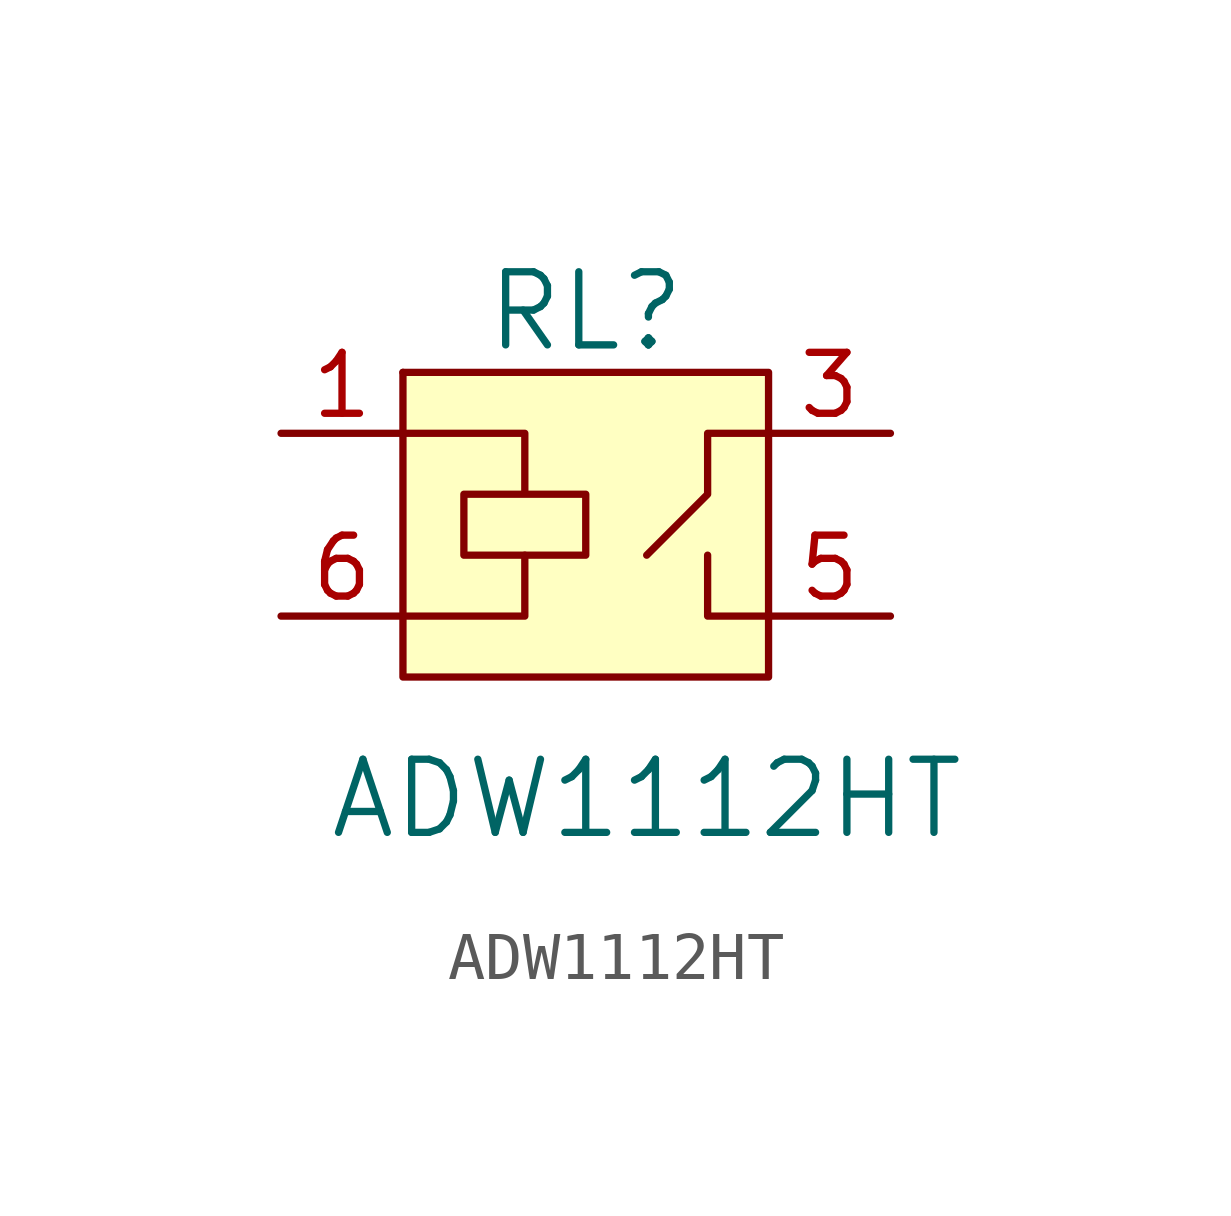
<source format=kicad_sym>
(kicad_symbol_lib
  (version 20231120)
  (generator "kicad_symbol_editor")
  (generator_version "8.0")
  (symbol "ADW1112HT"
    (pin_names
      (offset 1.016))
    (property "Reference" "RL"
      (at 0 7.62 0)
      (effects (font (size 1.524 1.524))))
    (property "Value" "ADW1112HT"
      (at 1.27 -2.54 0)
      (effects (font (size 1.524 1.524))))
    (symbol "ADW1112HT_0_1"
      (rectangle (start -3.81 6.35) (end -3.81 6.35) (stroke (width 0) (type default)) (fill (type none)))
      (rectangle (start -3.81 6.35) (end 3.81 0) (stroke (width 0) (type default)) (fill (type background)))
      (polyline (pts (xy -1.27 2.54) (xy -1.27 1.27) (xy -3.81 1.27)) (stroke (width 0) (type default)) (fill (type none)))
      (polyline (pts (xy 2.54 2.54) (xy 2.54 1.27) (xy 3.81 1.27)) (stroke (width 0) (type default)) (fill (type none)))
      (polyline (pts (xy 3.81 5.08) (xy 2.54 5.08) (xy 2.54 3.81) (xy 1.27 2.54)) (stroke (width 0) (type default)) (fill (type none)))
      (polyline (pts (xy -3.81 5.08) (xy -1.27 5.08) (xy -1.27 3.81) (xy -2.54 3.81) (xy -2.54 2.54) (xy 0 2.54) (xy 0 3.81) (xy -1.27 3.81)) (stroke (width 0) (type default)) (fill (type none))))
    (symbol "ADW1112HT_1_1"
      (pin passive line (at -6.35 5.08 0) (length 2.54) (name "~" (effects (font (size 1.27 1.27)))) (number "1" (effects (font (size 1.27 1.27)))))
      (pin passive line (at 6.35 5.08 180) (length 2.54) (name "~" (effects (font (size 1.27 1.27)))) (number "3" (effects (font (size 1.27 1.27)))))
      (pin passive line (at 6.35 1.27 180) (length 2.54) (name "~" (effects (font (size 1.27 1.27)))) (number "5" (effects (font (size 1.27 1.27)))))
      (pin passive line (at -6.35 1.27 0) (length 2.54) (name "~" (effects (font (size 1.27 1.27)))) (number "6" (effects (font (size 1.27 1.27))))))))
</source>
